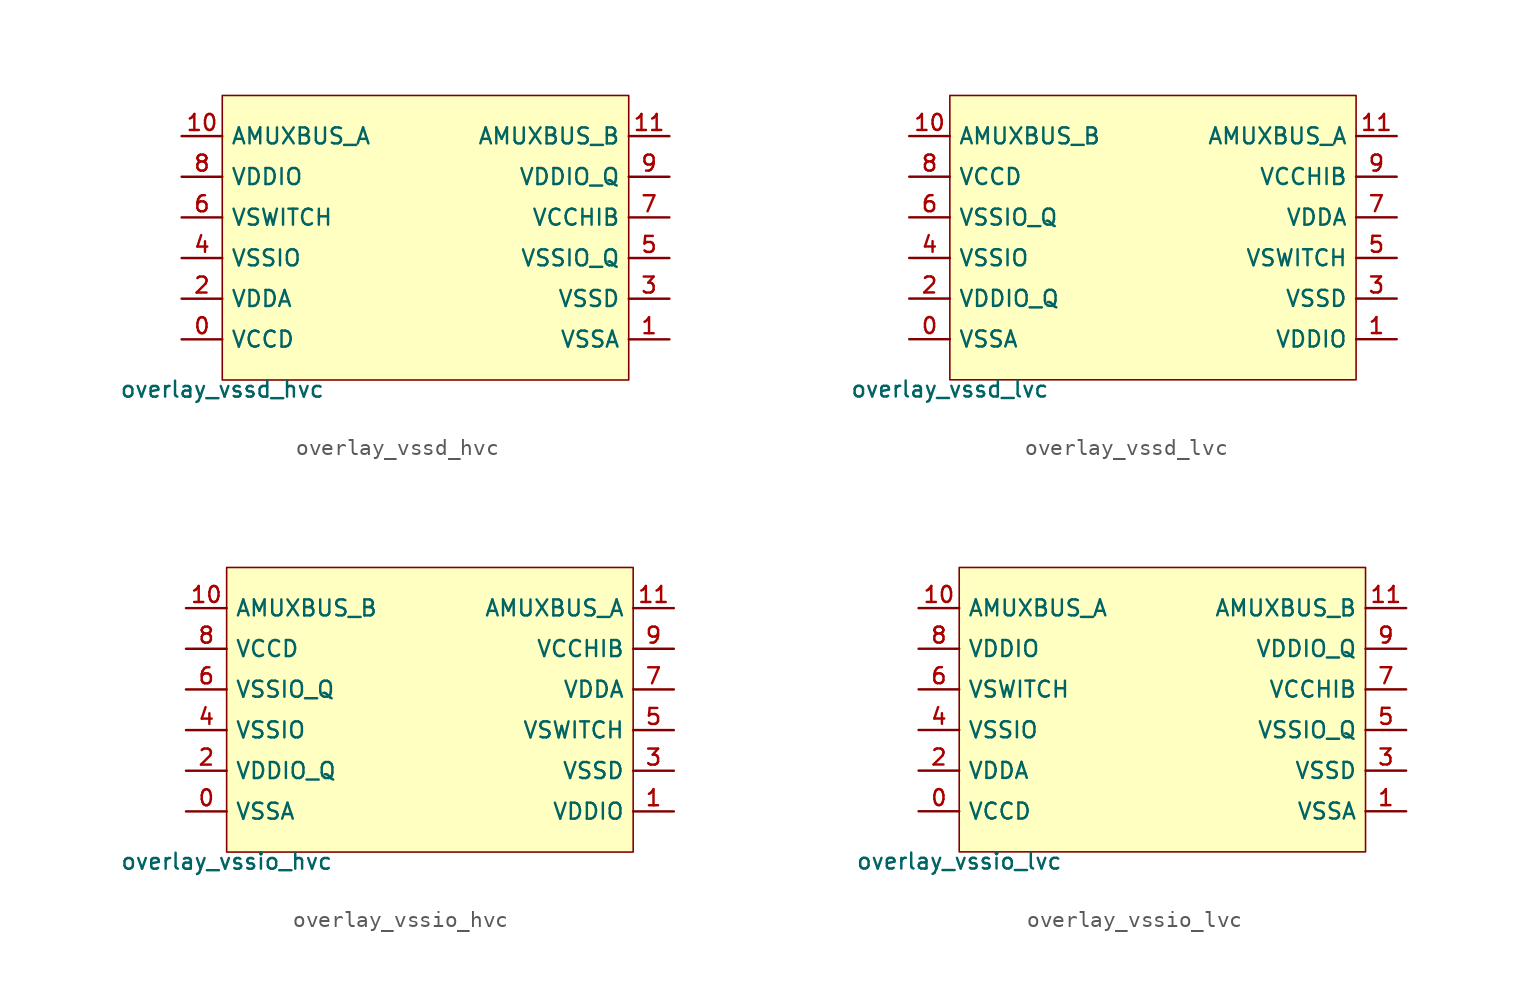
<source format=kicad_sym>
(kicad_symbol_lib
  (version 20211014)
  (generator pdk2kicad)
  (symbol "overlay_vssd_hvc"
    (property "Reference" "X"
      (at 0 0 0)
      (effects (font (size 1 1)) hide))
    (property "Value" "overlay_vssd_hvc"
      (at -12.7 -8.89 0)
      (effects (font (size 1 1)) (justify top)))
    (rectangle
      (start -12.7 -8.89)
      (end 12.7 8.89)
      (stroke (width 0.1) (type solid) (color 0 0 0 0))
      (fill (type background)))
    (pin bidirectional line
      (at -15.24 -6.35 0)
      (length 2.54)
      (name "VCCD" (effects (font (size 1 1)) hide))
      (number "0" (effects (font (size 1 1)) hide)))
    (pin bidirectional line
      (at 15.24 -6.35 180)
      (length 2.54)
      (name "VSSA" (effects (font (size 1 1)) hide))
      (number "1" (effects (font (size 1 1)) hide)))
    (pin bidirectional line
      (at -15.24 -3.81 0)
      (length 2.54)
      (name "VDDA" (effects (font (size 1 1)) hide))
      (number "2" (effects (font (size 1 1)) hide)))
    (pin bidirectional line
      (at 15.24 -3.81 180)
      (length 2.54)
      (name "VSSD" (effects (font (size 1 1)) hide))
      (number "3" (effects (font (size 1 1)) hide)))
    (pin bidirectional line
      (at -15.24 -1.27 0)
      (length 2.54)
      (name "VSSIO" (effects (font (size 1 1)) hide))
      (number "4" (effects (font (size 1 1)) hide)))
    (pin bidirectional line
      (at 15.24 -1.27 180)
      (length 2.54)
      (name "VSSIO_Q" (effects (font (size 1 1)) hide))
      (number "5" (effects (font (size 1 1)) hide)))
    (pin bidirectional line
      (at -15.24 1.27 0)
      (length 2.54)
      (name "VSWITCH" (effects (font (size 1 1)) hide))
      (number "6" (effects (font (size 1 1)) hide)))
    (pin bidirectional line
      (at 15.24 1.27 180)
      (length 2.54)
      (name "VCCHIB" (effects (font (size 1 1)) hide))
      (number "7" (effects (font (size 1 1)) hide)))
    (pin bidirectional line
      (at -15.24 3.81 0)
      (length 2.54)
      (name "VDDIO" (effects (font (size 1 1)) hide))
      (number "8" (effects (font (size 1 1)) hide)))
    (pin bidirectional line
      (at 15.24 3.81 180)
      (length 2.54)
      (name "VDDIO_Q" (effects (font (size 1 1)) hide))
      (number "9" (effects (font (size 1 1)) hide)))
    (pin bidirectional line
      (at -15.24 6.35 0)
      (length 2.54)
      (name "AMUXBUS_A" (effects (font (size 1 1)) hide))
      (number "10" (effects (font (size 1 1)) hide)))
    (pin bidirectional line
      (at 15.24 6.35 180)
      (length 2.54)
      (name "AMUXBUS_B" (effects (font (size 1 1)) hide))
      (number "11" (effects (font (size 1 1)) hide))))
  (symbol "overlay_vssd_lvc"
    (property "Reference" "X"
      (at 0 0 0)
      (effects (font (size 1 1)) hide))
    (property "Value" "overlay_vssd_lvc"
      (at -12.7 -8.89 0)
      (effects (font (size 1 1)) (justify top)))
    (rectangle
      (start -12.7 -8.89)
      (end 12.7 8.89)
      (stroke (width 0.1) (type solid) (color 0 0 0 0))
      (fill (type background)))
    (pin bidirectional line
      (at -15.24 -6.35 0)
      (length 2.54)
      (name "VSSA" (effects (font (size 1 1)) hide))
      (number "0" (effects (font (size 1 1)) hide)))
    (pin bidirectional line
      (at 15.24 -6.35 180)
      (length 2.54)
      (name "VDDIO" (effects (font (size 1 1)) hide))
      (number "1" (effects (font (size 1 1)) hide)))
    (pin bidirectional line
      (at -15.24 -3.81 0)
      (length 2.54)
      (name "VDDIO_Q" (effects (font (size 1 1)) hide))
      (number "2" (effects (font (size 1 1)) hide)))
    (pin bidirectional line
      (at 15.24 -3.81 180)
      (length 2.54)
      (name "VSSD" (effects (font (size 1 1)) hide))
      (number "3" (effects (font (size 1 1)) hide)))
    (pin bidirectional line
      (at -15.24 -1.27 0)
      (length 2.54)
      (name "VSSIO" (effects (font (size 1 1)) hide))
      (number "4" (effects (font (size 1 1)) hide)))
    (pin bidirectional line
      (at 15.24 -1.27 180)
      (length 2.54)
      (name "VSWITCH" (effects (font (size 1 1)) hide))
      (number "5" (effects (font (size 1 1)) hide)))
    (pin bidirectional line
      (at -15.24 1.27 0)
      (length 2.54)
      (name "VSSIO_Q" (effects (font (size 1 1)) hide))
      (number "6" (effects (font (size 1 1)) hide)))
    (pin bidirectional line
      (at 15.24 1.27 180)
      (length 2.54)
      (name "VDDA" (effects (font (size 1 1)) hide))
      (number "7" (effects (font (size 1 1)) hide)))
    (pin bidirectional line
      (at -15.24 3.81 0)
      (length 2.54)
      (name "VCCD" (effects (font (size 1 1)) hide))
      (number "8" (effects (font (size 1 1)) hide)))
    (pin bidirectional line
      (at 15.24 3.81 180)
      (length 2.54)
      (name "VCCHIB" (effects (font (size 1 1)) hide))
      (number "9" (effects (font (size 1 1)) hide)))
    (pin bidirectional line
      (at -15.24 6.35 0)
      (length 2.54)
      (name "AMUXBUS_B" (effects (font (size 1 1)) hide))
      (number "10" (effects (font (size 1 1)) hide)))
    (pin bidirectional line
      (at 15.24 6.35 180)
      (length 2.54)
      (name "AMUXBUS_A" (effects (font (size 1 1)) hide))
      (number "11" (effects (font (size 1 1)) hide))))
  (symbol "overlay_vssio_hvc"
    (property "Reference" "X"
      (at 0 0 0)
      (effects (font (size 1 1)) hide))
    (property "Value" "overlay_vssio_hvc"
      (at -12.7 -8.89 0)
      (effects (font (size 1 1)) (justify top)))
    (rectangle
      (start -12.7 -8.89)
      (end 12.7 8.89)
      (stroke (width 0.1) (type solid) (color 0 0 0 0))
      (fill (type background)))
    (pin bidirectional line
      (at -15.24 -6.35 0)
      (length 2.54)
      (name "VSSA" (effects (font (size 1 1)) hide))
      (number "0" (effects (font (size 1 1)) hide)))
    (pin bidirectional line
      (at 15.24 -6.35 180)
      (length 2.54)
      (name "VDDIO" (effects (font (size 1 1)) hide))
      (number "1" (effects (font (size 1 1)) hide)))
    (pin bidirectional line
      (at -15.24 -3.81 0)
      (length 2.54)
      (name "VDDIO_Q" (effects (font (size 1 1)) hide))
      (number "2" (effects (font (size 1 1)) hide)))
    (pin bidirectional line
      (at 15.24 -3.81 180)
      (length 2.54)
      (name "VSSD" (effects (font (size 1 1)) hide))
      (number "3" (effects (font (size 1 1)) hide)))
    (pin bidirectional line
      (at -15.24 -1.27 0)
      (length 2.54)
      (name "VSSIO" (effects (font (size 1 1)) hide))
      (number "4" (effects (font (size 1 1)) hide)))
    (pin bidirectional line
      (at 15.24 -1.27 180)
      (length 2.54)
      (name "VSWITCH" (effects (font (size 1 1)) hide))
      (number "5" (effects (font (size 1 1)) hide)))
    (pin bidirectional line
      (at -15.24 1.27 0)
      (length 2.54)
      (name "VSSIO_Q" (effects (font (size 1 1)) hide))
      (number "6" (effects (font (size 1 1)) hide)))
    (pin bidirectional line
      (at 15.24 1.27 180)
      (length 2.54)
      (name "VDDA" (effects (font (size 1 1)) hide))
      (number "7" (effects (font (size 1 1)) hide)))
    (pin bidirectional line
      (at -15.24 3.81 0)
      (length 2.54)
      (name "VCCD" (effects (font (size 1 1)) hide))
      (number "8" (effects (font (size 1 1)) hide)))
    (pin bidirectional line
      (at 15.24 3.81 180)
      (length 2.54)
      (name "VCCHIB" (effects (font (size 1 1)) hide))
      (number "9" (effects (font (size 1 1)) hide)))
    (pin bidirectional line
      (at -15.24 6.35 0)
      (length 2.54)
      (name "AMUXBUS_B" (effects (font (size 1 1)) hide))
      (number "10" (effects (font (size 1 1)) hide)))
    (pin bidirectional line
      (at 15.24 6.35 180)
      (length 2.54)
      (name "AMUXBUS_A" (effects (font (size 1 1)) hide))
      (number "11" (effects (font (size 1 1)) hide))))
  (symbol "overlay_vssio_lvc"
    (property "Reference" "X"
      (at 0 0 0)
      (effects (font (size 1 1)) hide))
    (property "Value" "overlay_vssio_lvc"
      (at -12.7 -8.89 0)
      (effects (font (size 1 1)) (justify top)))
    (rectangle
      (start -12.7 -8.89)
      (end 12.7 8.89)
      (stroke (width 0.1) (type solid) (color 0 0 0 0))
      (fill (type background)))
    (pin bidirectional line
      (at -15.24 -6.35 0)
      (length 2.54)
      (name "VCCD" (effects (font (size 1 1)) hide))
      (number "0" (effects (font (size 1 1)) hide)))
    (pin bidirectional line
      (at 15.24 -6.35 180)
      (length 2.54)
      (name "VSSA" (effects (font (size 1 1)) hide))
      (number "1" (effects (font (size 1 1)) hide)))
    (pin bidirectional line
      (at -15.24 -3.81 0)
      (length 2.54)
      (name "VDDA" (effects (font (size 1 1)) hide))
      (number "2" (effects (font (size 1 1)) hide)))
    (pin bidirectional line
      (at 15.24 -3.81 180)
      (length 2.54)
      (name "VSSD" (effects (font (size 1 1)) hide))
      (number "3" (effects (font (size 1 1)) hide)))
    (pin bidirectional line
      (at -15.24 -1.27 0)
      (length 2.54)
      (name "VSSIO" (effects (font (size 1 1)) hide))
      (number "4" (effects (font (size 1 1)) hide)))
    (pin bidirectional line
      (at 15.24 -1.27 180)
      (length 2.54)
      (name "VSSIO_Q" (effects (font (size 1 1)) hide))
      (number "5" (effects (font (size 1 1)) hide)))
    (pin bidirectional line
      (at -15.24 1.27 0)
      (length 2.54)
      (name "VSWITCH" (effects (font (size 1 1)) hide))
      (number "6" (effects (font (size 1 1)) hide)))
    (pin bidirectional line
      (at 15.24 1.27 180)
      (length 2.54)
      (name "VCCHIB" (effects (font (size 1 1)) hide))
      (number "7" (effects (font (size 1 1)) hide)))
    (pin bidirectional line
      (at -15.24 3.81 0)
      (length 2.54)
      (name "VDDIO" (effects (font (size 1 1)) hide))
      (number "8" (effects (font (size 1 1)) hide)))
    (pin bidirectional line
      (at 15.24 3.81 180)
      (length 2.54)
      (name "VDDIO_Q" (effects (font (size 1 1)) hide))
      (number "9" (effects (font (size 1 1)) hide)))
    (pin bidirectional line
      (at -15.24 6.35 0)
      (length 2.54)
      (name "AMUXBUS_A" (effects (font (size 1 1)) hide))
      (number "10" (effects (font (size 1 1)) hide)))
    (pin bidirectional line
      (at 15.24 6.35 180)
      (length 2.54)
      (name "AMUXBUS_B" (effects (font (size 1 1)) hide))
      (number "11" (effects (font (size 1 1)) hide)))))
</source>
